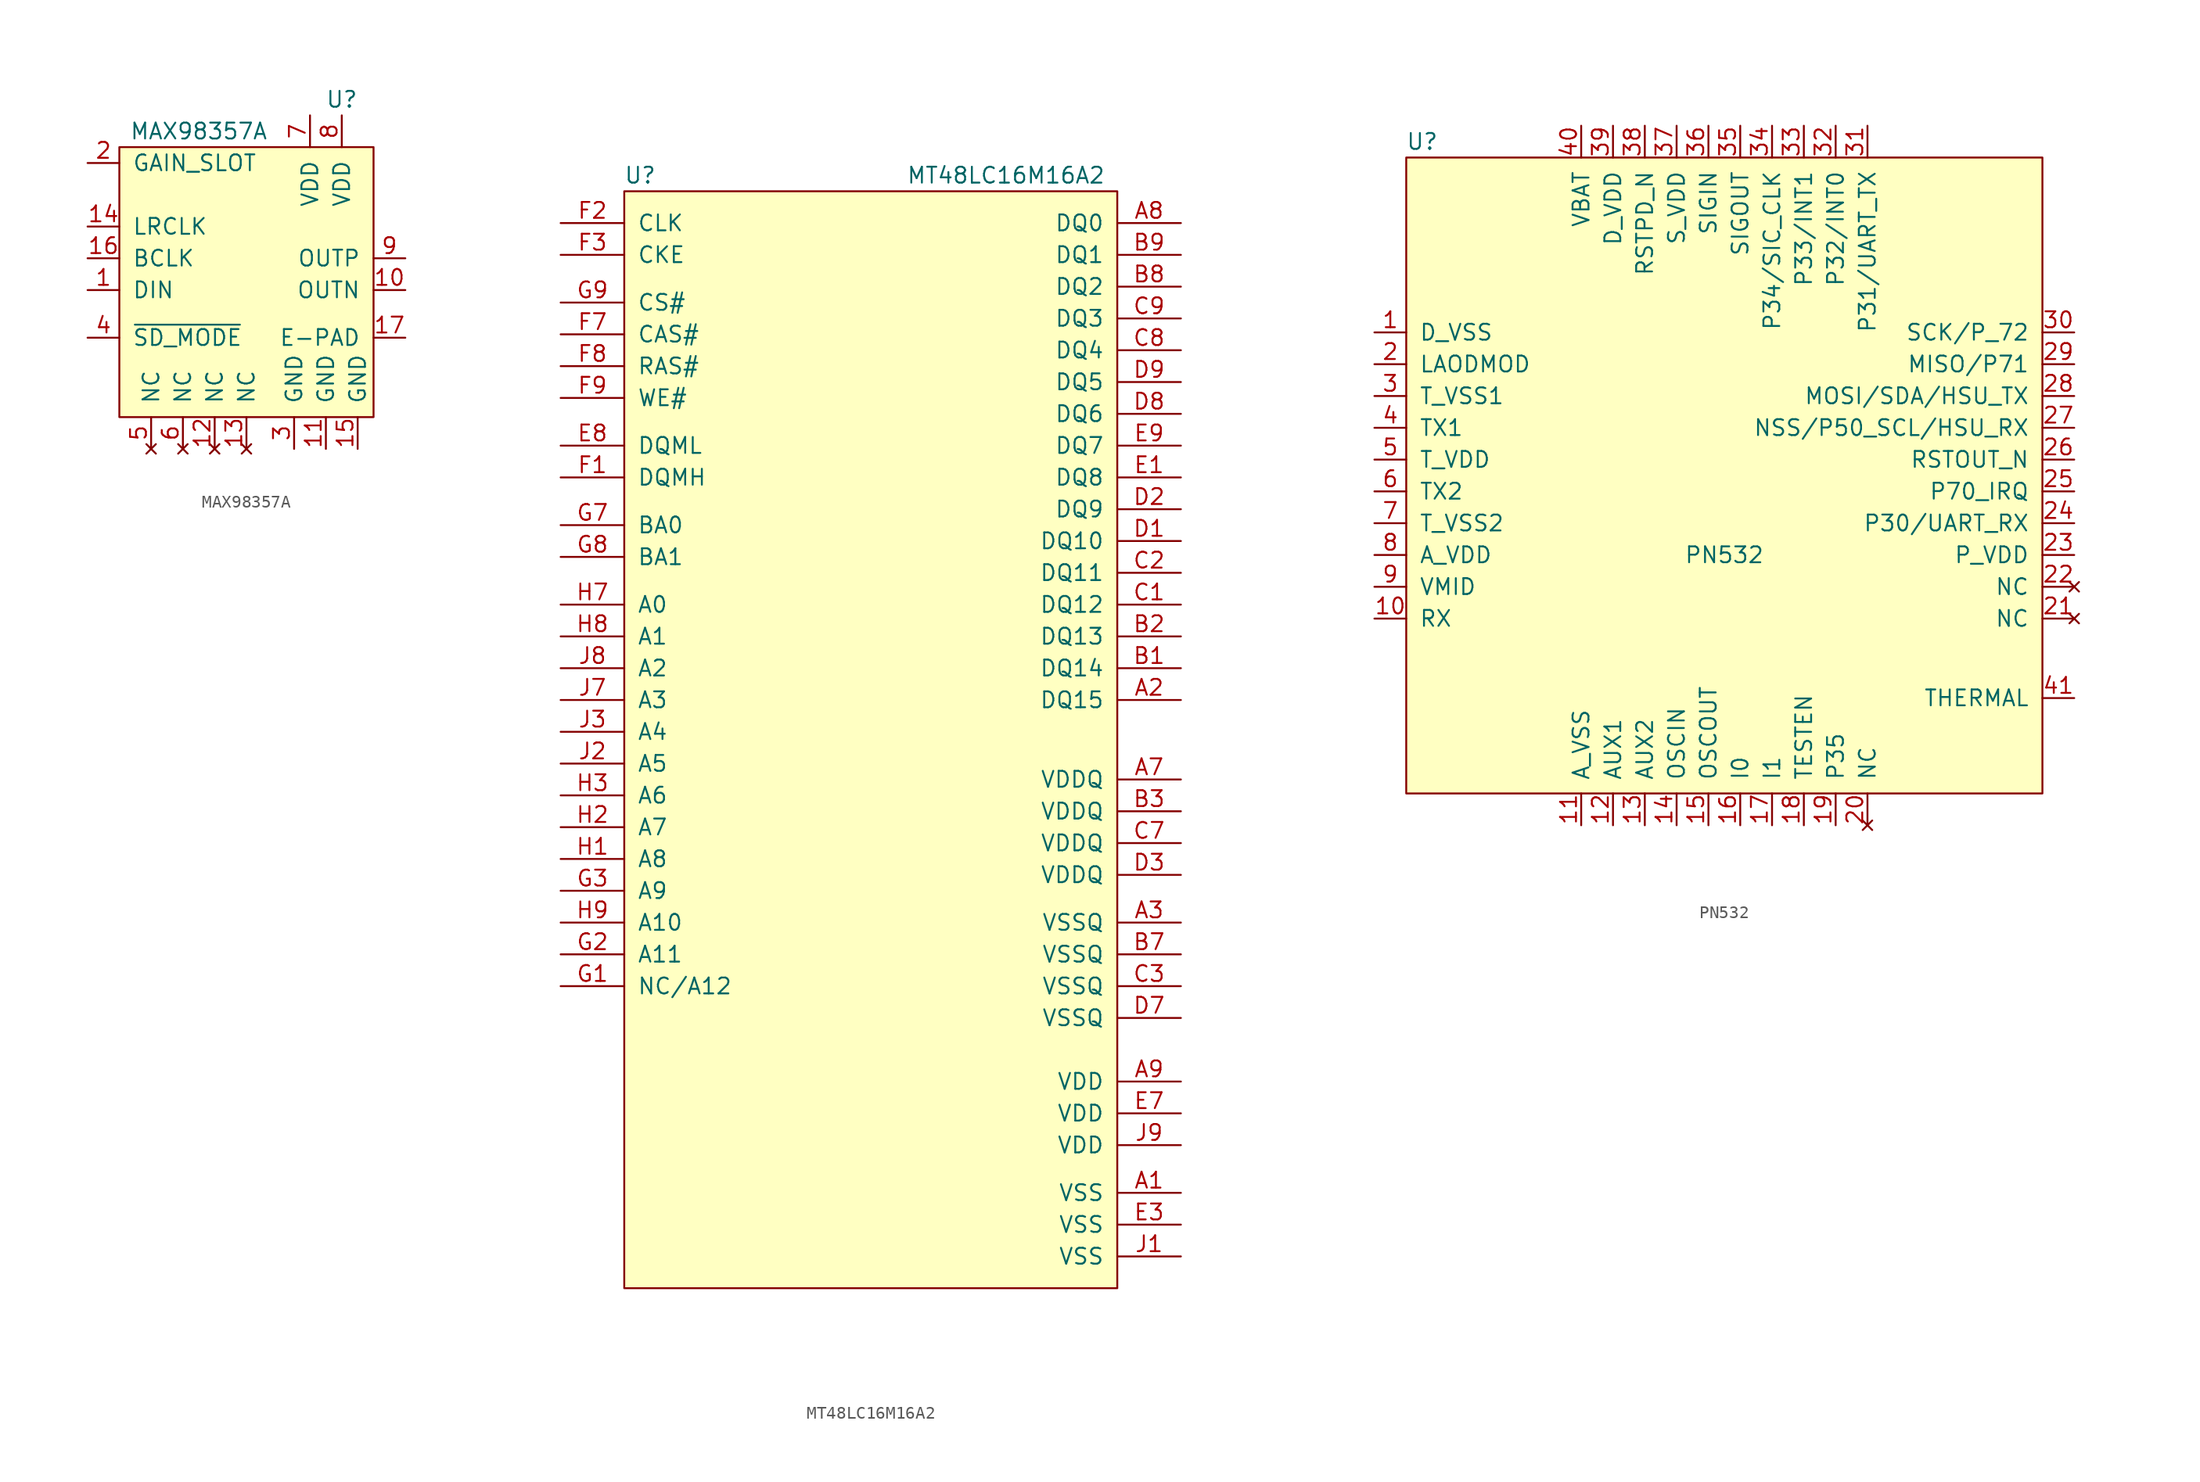
<source format=kicad_sym>
(kicad_symbol_lib
  (version 20211014)
  (generator kicad_symbol_editor)
  (symbol "MAX98357A"
    (pin_names
      (offset 1.016))
    (property "Reference" "U"
      (at 7.62 13.97 0)
      (effects (font (size 1.27 1.27))))
    (property "Value" "MAX98357A"
      (at -3.81 11.43 0)
      (effects (font (size 1.27 1.27))))
    (symbol "MAX98357A_0_1"
      (rectangle (start -10.16 10.16) (end 10.16 -11.43) (stroke (width 0) (type default) (color 0 0 0 0)) (fill (type background))))
    (symbol "MAX98357A_1_1"
      (pin input line (at -12.7 -1.27 0) (length 2.54) (name "DIN" (effects (font (size 1.27 1.27)))) (number "1" (effects (font (size 1.27 1.27)))))
      (pin output line (at 12.7 -1.27 180) (length 2.54) (name "OUTN" (effects (font (size 1.27 1.27)))) (number "10" (effects (font (size 1.27 1.27)))))
      (pin power_in line (at 6.35 -13.97 90) (length 2.54) (name "GND" (effects (font (size 1.27 1.27)))) (number "11" (effects (font (size 1.27 1.27)))))
      (pin no_connect line (at -2.54 -13.97 90) (length 2.54) (name "NC" (effects (font (size 1.27 1.27)))) (number "12" (effects (font (size 1.27 1.27)))))
      (pin no_connect line (at 0 -13.97 90) (length 2.54) (name "NC" (effects (font (size 1.27 1.27)))) (number "13" (effects (font (size 1.27 1.27)))))
      (pin input line (at -12.7 3.81 0) (length 2.54) (name "LRCLK" (effects (font (size 1.27 1.27)))) (number "14" (effects (font (size 1.27 1.27)))))
      (pin power_in line (at 8.89 -13.97 90) (length 2.54) (name "GND" (effects (font (size 1.27 1.27)))) (number "15" (effects (font (size 1.27 1.27)))))
      (pin input line (at -12.7 1.27 0) (length 2.54) (name "BCLK" (effects (font (size 1.27 1.27)))) (number "16" (effects (font (size 1.27 1.27)))))
      (pin passive line (at 12.7 -5.08 180) (length 2.54) (name "E-PAD" (effects (font (size 1.27 1.27)))) (number "17" (effects (font (size 1.27 1.27)))))
      (pin input line (at -12.7 8.89 0) (length 2.54) (name "GAIN_SLOT" (effects (font (size 1.27 1.27)))) (number "2" (effects (font (size 1.27 1.27)))))
      (pin power_in line (at 3.81 -13.97 90) (length 2.54) (name "GND" (effects (font (size 1.27 1.27)))) (number "3" (effects (font (size 1.27 1.27)))))
      (pin power_in line (at -12.7 -5.08 0) (length 2.54) (name "~{SD_MODE}" (effects (font (size 1.27 1.27)))) (number "4" (effects (font (size 1.27 1.27)))))
      (pin no_connect line (at -7.62 -13.97 90) (length 2.54) (name "NC" (effects (font (size 1.27 1.27)))) (number "5" (effects (font (size 1.27 1.27)))))
      (pin no_connect line (at -5.08 -13.97 90) (length 2.54) (name "NC" (effects (font (size 1.27 1.27)))) (number "6" (effects (font (size 1.27 1.27)))))
      (pin power_in line (at 5.08 12.7 270) (length 2.54) (name "VDD" (effects (font (size 1.27 1.27)))) (number "7" (effects (font (size 1.27 1.27)))))
      (pin power_in line (at 7.62 12.7 270) (length 2.54) (name "VDD" (effects (font (size 1.27 1.27)))) (number "8" (effects (font (size 1.27 1.27)))))
      (pin output line (at 12.7 1.27 180) (length 2.54) (name "OUTP" (effects (font (size 1.27 1.27)))) (number "9" (effects (font (size 1.27 1.27)))))))
  (symbol "MT48LC16M16A2"
    (pin_names
      (offset 1.016))
    (property "Reference" "U"
      (at -19.05 45.72 0)
      (effects (font (size 1.27 1.27))))
    (property "Value" "MT48LC16M16A2"
      (at 10.16 45.72 0)
      (effects (font (size 1.27 1.27))))
    (symbol "MT48LC16M16A2_0_1"
      (rectangle (start 19.05 -43.18) (end -20.32 44.45) (stroke (width 0) (type default) (color 0 0 0 0)) (fill (type background))))
    (symbol "MT48LC16M16A2_1_1"
      (pin power_in line (at 24.13 -35.56 180) (length 5.08) (name "VSS" (effects (font (size 1.27 1.27)))) (number "A1" (effects (font (size 1.27 1.27)))))
      (pin bidirectional line (at 24.13 3.81 180) (length 5.08) (name "DQ15" (effects (font (size 1.27 1.27)))) (number "A2" (effects (font (size 1.27 1.27)))))
      (pin power_in line (at 24.13 -13.97 180) (length 5.08) (name "VSSQ" (effects (font (size 1.27 1.27)))) (number "A3" (effects (font (size 1.27 1.27)))))
      (pin power_in line (at 24.13 -2.54 180) (length 5.08) (name "VDDQ" (effects (font (size 1.27 1.27)))) (number "A7" (effects (font (size 1.27 1.27)))))
      (pin bidirectional line (at 24.13 41.91 180) (length 5.08) (name "DQ0" (effects (font (size 1.27 1.27)))) (number "A8" (effects (font (size 1.27 1.27)))))
      (pin power_in line (at 24.13 -26.67 180) (length 5.08) (name "VDD" (effects (font (size 1.27 1.27)))) (number "A9" (effects (font (size 1.27 1.27)))))
      (pin bidirectional line (at 24.13 6.35 180) (length 5.08) (name "DQ14" (effects (font (size 1.27 1.27)))) (number "B1" (effects (font (size 1.27 1.27)))))
      (pin bidirectional line (at 24.13 8.89 180) (length 5.08) (name "DQ13" (effects (font (size 1.27 1.27)))) (number "B2" (effects (font (size 1.27 1.27)))))
      (pin power_in line (at 24.13 -5.08 180) (length 5.08) (name "VDDQ" (effects (font (size 1.27 1.27)))) (number "B3" (effects (font (size 1.27 1.27)))))
      (pin power_in line (at 24.13 -16.51 180) (length 5.08) (name "VSSQ" (effects (font (size 1.27 1.27)))) (number "B7" (effects (font (size 1.27 1.27)))))
      (pin bidirectional line (at 24.13 36.83 180) (length 5.08) (name "DQ2" (effects (font (size 1.27 1.27)))) (number "B8" (effects (font (size 1.27 1.27)))))
      (pin bidirectional line (at 24.13 39.37 180) (length 5.08) (name "DQ1" (effects (font (size 1.27 1.27)))) (number "B9" (effects (font (size 1.27 1.27)))))
      (pin bidirectional line (at 24.13 11.43 180) (length 5.08) (name "DQ12" (effects (font (size 1.27 1.27)))) (number "C1" (effects (font (size 1.27 1.27)))))
      (pin bidirectional line (at 24.13 13.97 180) (length 5.08) (name "DQ11" (effects (font (size 1.27 1.27)))) (number "C2" (effects (font (size 1.27 1.27)))))
      (pin power_in line (at 24.13 -19.05 180) (length 5.08) (name "VSSQ" (effects (font (size 1.27 1.27)))) (number "C3" (effects (font (size 1.27 1.27)))))
      (pin power_in line (at 24.13 -7.62 180) (length 5.08) (name "VDDQ" (effects (font (size 1.27 1.27)))) (number "C7" (effects (font (size 1.27 1.27)))))
      (pin bidirectional line (at 24.13 31.75 180) (length 5.08) (name "DQ4" (effects (font (size 1.27 1.27)))) (number "C8" (effects (font (size 1.27 1.27)))))
      (pin bidirectional line (at 24.13 34.29 180) (length 5.08) (name "DQ3" (effects (font (size 1.27 1.27)))) (number "C9" (effects (font (size 1.27 1.27)))))
      (pin bidirectional line (at 24.13 16.51 180) (length 5.08) (name "DQ10" (effects (font (size 1.27 1.27)))) (number "D1" (effects (font (size 1.27 1.27)))))
      (pin bidirectional line (at 24.13 19.05 180) (length 5.08) (name "DQ9" (effects (font (size 1.27 1.27)))) (number "D2" (effects (font (size 1.27 1.27)))))
      (pin power_in line (at 24.13 -10.16 180) (length 5.08) (name "VDDQ" (effects (font (size 1.27 1.27)))) (number "D3" (effects (font (size 1.27 1.27)))))
      (pin power_in line (at 24.13 -21.59 180) (length 5.08) (name "VSSQ" (effects (font (size 1.27 1.27)))) (number "D7" (effects (font (size 1.27 1.27)))))
      (pin bidirectional line (at 24.13 26.67 180) (length 5.08) (name "DQ6" (effects (font (size 1.27 1.27)))) (number "D8" (effects (font (size 1.27 1.27)))))
      (pin bidirectional line (at 24.13 29.21 180) (length 5.08) (name "DQ5" (effects (font (size 1.27 1.27)))) (number "D9" (effects (font (size 1.27 1.27)))))
      (pin bidirectional line (at 24.13 21.59 180) (length 5.08) (name "DQ8" (effects (font (size 1.27 1.27)))) (number "E1" (effects (font (size 1.27 1.27)))))
      (pin power_in line (at 24.13 -38.1 180) (length 5.08) (name "VSS" (effects (font (size 1.27 1.27)))) (number "E3" (effects (font (size 1.27 1.27)))))
      (pin power_in line (at 24.13 -29.21 180) (length 5.08) (name "VDD" (effects (font (size 1.27 1.27)))) (number "E7" (effects (font (size 1.27 1.27)))))
      (pin input line (at -25.4 24.13 0) (length 5.08) (name "DQML" (effects (font (size 1.27 1.27)))) (number "E8" (effects (font (size 1.27 1.27)))))
      (pin bidirectional line (at 24.13 24.13 180) (length 5.08) (name "DQ7" (effects (font (size 1.27 1.27)))) (number "E9" (effects (font (size 1.27 1.27)))))
      (pin input line (at -25.4 21.59 0) (length 5.08) (name "DQMH" (effects (font (size 1.27 1.27)))) (number "F1" (effects (font (size 1.27 1.27)))))
      (pin input line (at -25.4 41.91 0) (length 5.08) (name "CLK" (effects (font (size 1.27 1.27)))) (number "F2" (effects (font (size 1.27 1.27)))))
      (pin input line (at -25.4 39.37 0) (length 5.08) (name "CKE" (effects (font (size 1.27 1.27)))) (number "F3" (effects (font (size 1.27 1.27)))))
      (pin input line (at -25.4 33.02 0) (length 5.08) (name "CAS#" (effects (font (size 1.27 1.27)))) (number "F7" (effects (font (size 1.27 1.27)))))
      (pin input line (at -25.4 30.48 0) (length 5.08) (name "RAS#" (effects (font (size 1.27 1.27)))) (number "F8" (effects (font (size 1.27 1.27)))))
      (pin input line (at -25.4 27.94 0) (length 5.08) (name "WE#" (effects (font (size 1.27 1.27)))) (number "F9" (effects (font (size 1.27 1.27)))))
      (pin input line (at -25.4 -19.05 0) (length 5.08) (name "NC/A12" (effects (font (size 1.27 1.27)))) (number "G1" (effects (font (size 1.27 1.27)))))
      (pin input line (at -25.4 -16.51 0) (length 5.08) (name "A11" (effects (font (size 1.27 1.27)))) (number "G2" (effects (font (size 1.27 1.27)))))
      (pin input line (at -25.4 -11.43 0) (length 5.08) (name "A9" (effects (font (size 1.27 1.27)))) (number "G3" (effects (font (size 1.27 1.27)))))
      (pin input line (at -25.4 17.78 0) (length 5.08) (name "BA0" (effects (font (size 1.27 1.27)))) (number "G7" (effects (font (size 1.27 1.27)))))
      (pin input line (at -25.4 15.24 0) (length 5.08) (name "BA1" (effects (font (size 1.27 1.27)))) (number "G8" (effects (font (size 1.27 1.27)))))
      (pin input line (at -25.4 35.56 0) (length 5.08) (name "CS#" (effects (font (size 1.27 1.27)))) (number "G9" (effects (font (size 1.27 1.27)))))
      (pin input line (at -25.4 -8.89 0) (length 5.08) (name "A8" (effects (font (size 1.27 1.27)))) (number "H1" (effects (font (size 1.27 1.27)))))
      (pin input line (at -25.4 -6.35 0) (length 5.08) (name "A7" (effects (font (size 1.27 1.27)))) (number "H2" (effects (font (size 1.27 1.27)))))
      (pin input line (at -25.4 -3.81 0) (length 5.08) (name "A6" (effects (font (size 1.27 1.27)))) (number "H3" (effects (font (size 1.27 1.27)))))
      (pin input line (at -25.4 11.43 0) (length 5.08) (name "A0" (effects (font (size 1.27 1.27)))) (number "H7" (effects (font (size 1.27 1.27)))))
      (pin input line (at -25.4 8.89 0) (length 5.08) (name "A1" (effects (font (size 1.27 1.27)))) (number "H8" (effects (font (size 1.27 1.27)))))
      (pin input line (at -25.4 -13.97 0) (length 5.08) (name "A10" (effects (font (size 1.27 1.27)))) (number "H9" (effects (font (size 1.27 1.27)))))
      (pin power_in line (at 24.13 -40.64 180) (length 5.08) (name "VSS" (effects (font (size 1.27 1.27)))) (number "J1" (effects (font (size 1.27 1.27)))))
      (pin input line (at -25.4 -1.27 0) (length 5.08) (name "A5" (effects (font (size 1.27 1.27)))) (number "J2" (effects (font (size 1.27 1.27)))))
      (pin input line (at -25.4 1.27 0) (length 5.08) (name "A4" (effects (font (size 1.27 1.27)))) (number "J3" (effects (font (size 1.27 1.27)))))
      (pin input line (at -25.4 3.81 0) (length 5.08) (name "A3" (effects (font (size 1.27 1.27)))) (number "J7" (effects (font (size 1.27 1.27)))))
      (pin input line (at -25.4 6.35 0) (length 5.08) (name "A2" (effects (font (size 1.27 1.27)))) (number "J8" (effects (font (size 1.27 1.27)))))
      (pin power_in line (at 24.13 -31.75 180) (length 5.08) (name "VDD" (effects (font (size 1.27 1.27)))) (number "J9" (effects (font (size 1.27 1.27)))))))
  (symbol "PN532"
    (pin_names
      (offset 1.016))
    (property "Reference" "U"
      (at -24.13 26.67 0)
      (effects (font (size 1.27 1.27))))
    (property "Value" "PN532"
      (at 0 -6.35 0)
      (effects (font (size 1.27 1.27))))
    (symbol "PN532_0_1"
      (rectangle (start 25.4 -25.4) (end -25.4 25.4) (stroke (width 0) (type default) (color 0 0 0 0)) (fill (type background))))
    (symbol "PN532_1_1"
      (pin power_in line (at -27.94 11.43 0) (length 2.54) (name "D_VSS" (effects (font (size 1.27 1.27)))) (number "1" (effects (font (size 1.27 1.27)))))
      (pin input line (at -27.94 -11.43 0) (length 2.54) (name "RX" (effects (font (size 1.27 1.27)))) (number "10" (effects (font (size 1.27 1.27)))))
      (pin power_in line (at -11.43 -27.94 90) (length 2.54) (name "A_VSS" (effects (font (size 1.27 1.27)))) (number "11" (effects (font (size 1.27 1.27)))))
      (pin output line (at -8.89 -27.94 90) (length 2.54) (name "AUX1" (effects (font (size 1.27 1.27)))) (number "12" (effects (font (size 1.27 1.27)))))
      (pin output line (at -6.35 -27.94 90) (length 2.54) (name "AUX2" (effects (font (size 1.27 1.27)))) (number "13" (effects (font (size 1.27 1.27)))))
      (pin input line (at -3.81 -27.94 90) (length 2.54) (name "OSCIN" (effects (font (size 1.27 1.27)))) (number "14" (effects (font (size 1.27 1.27)))))
      (pin output line (at -1.27 -27.94 90) (length 2.54) (name "OSCOUT" (effects (font (size 1.27 1.27)))) (number "15" (effects (font (size 1.27 1.27)))))
      (pin input line (at 1.27 -27.94 90) (length 2.54) (name "I0" (effects (font (size 1.27 1.27)))) (number "16" (effects (font (size 1.27 1.27)))))
      (pin input line (at 3.81 -27.94 90) (length 2.54) (name "I1" (effects (font (size 1.27 1.27)))) (number "17" (effects (font (size 1.27 1.27)))))
      (pin input line (at 6.35 -27.94 90) (length 2.54) (name "TESTEN" (effects (font (size 1.27 1.27)))) (number "18" (effects (font (size 1.27 1.27)))))
      (pin bidirectional line (at 8.89 -27.94 90) (length 2.54) (name "P35" (effects (font (size 1.27 1.27)))) (number "19" (effects (font (size 1.27 1.27)))))
      (pin output line (at -27.94 8.89 0) (length 2.54) (name "LAODMOD" (effects (font (size 1.27 1.27)))) (number "2" (effects (font (size 1.27 1.27)))))
      (pin no_connect line (at 11.43 -27.94 90) (length 2.54) (name "NC" (effects (font (size 1.27 1.27)))) (number "20" (effects (font (size 1.27 1.27)))))
      (pin no_connect line (at 27.94 -11.43 180) (length 2.54) (name "NC" (effects (font (size 1.27 1.27)))) (number "21" (effects (font (size 1.27 1.27)))))
      (pin no_connect line (at 27.94 -8.89 180) (length 2.54) (name "NC" (effects (font (size 1.27 1.27)))) (number "22" (effects (font (size 1.27 1.27)))))
      (pin power_in line (at 27.94 -6.35 180) (length 2.54) (name "P_VDD" (effects (font (size 1.27 1.27)))) (number "23" (effects (font (size 1.27 1.27)))))
      (pin bidirectional line (at 27.94 -3.81 180) (length 2.54) (name "P30/UART_RX" (effects (font (size 1.27 1.27)))) (number "24" (effects (font (size 1.27 1.27)))))
      (pin bidirectional line (at 27.94 -1.27 180) (length 2.54) (name "P70_IRQ" (effects (font (size 1.27 1.27)))) (number "25" (effects (font (size 1.27 1.27)))))
      (pin output line (at 27.94 1.27 180) (length 2.54) (name "RSTOUT_N" (effects (font (size 1.27 1.27)))) (number "26" (effects (font (size 1.27 1.27)))))
      (pin bidirectional line (at 27.94 3.81 180) (length 2.54) (name "NSS/P50_SCL/HSU_RX" (effects (font (size 1.27 1.27)))) (number "27" (effects (font (size 1.27 1.27)))))
      (pin bidirectional line (at 27.94 6.35 180) (length 2.54) (name "MOSI/SDA/HSU_TX" (effects (font (size 1.27 1.27)))) (number "28" (effects (font (size 1.27 1.27)))))
      (pin bidirectional line (at 27.94 8.89 180) (length 2.54) (name "MISO/P71" (effects (font (size 1.27 1.27)))) (number "29" (effects (font (size 1.27 1.27)))))
      (pin power_in line (at -27.94 6.35 0) (length 2.54) (name "T_VSS1" (effects (font (size 1.27 1.27)))) (number "3" (effects (font (size 1.27 1.27)))))
      (pin bidirectional line (at 27.94 11.43 180) (length 2.54) (name "SCK/P_72" (effects (font (size 1.27 1.27)))) (number "30" (effects (font (size 1.27 1.27)))))
      (pin bidirectional line (at 11.43 27.94 270) (length 2.54) (name "P31/UART_TX" (effects (font (size 1.27 1.27)))) (number "31" (effects (font (size 1.27 1.27)))))
      (pin bidirectional line (at 8.89 27.94 270) (length 2.54) (name "P32/INT0" (effects (font (size 1.27 1.27)))) (number "32" (effects (font (size 1.27 1.27)))))
      (pin bidirectional line (at 6.35 27.94 270) (length 2.54) (name "P33/INT1" (effects (font (size 1.27 1.27)))) (number "33" (effects (font (size 1.27 1.27)))))
      (pin bidirectional line (at 3.81 27.94 270) (length 2.54) (name "P34/SIC_CLK" (effects (font (size 1.27 1.27)))) (number "34" (effects (font (size 1.27 1.27)))))
      (pin output line (at 1.27 27.94 270) (length 2.54) (name "SIGOUT" (effects (font (size 1.27 1.27)))) (number "35" (effects (font (size 1.27 1.27)))))
      (pin input line (at -1.27 27.94 270) (length 2.54) (name "SIGIN" (effects (font (size 1.27 1.27)))) (number "36" (effects (font (size 1.27 1.27)))))
      (pin power_out line (at -3.81 27.94 270) (length 2.54) (name "S_VDD" (effects (font (size 1.27 1.27)))) (number "37" (effects (font (size 1.27 1.27)))))
      (pin input line (at -6.35 27.94 270) (length 2.54) (name "RSTPD_N" (effects (font (size 1.27 1.27)))) (number "38" (effects (font (size 1.27 1.27)))))
      (pin power_in line (at -8.89 27.94 270) (length 2.54) (name "D_VDD" (effects (font (size 1.27 1.27)))) (number "39" (effects (font (size 1.27 1.27)))))
      (pin output line (at -27.94 3.81 0) (length 2.54) (name "TX1" (effects (font (size 1.27 1.27)))) (number "4" (effects (font (size 1.27 1.27)))))
      (pin power_in line (at -11.43 27.94 270) (length 2.54) (name "VBAT" (effects (font (size 1.27 1.27)))) (number "40" (effects (font (size 1.27 1.27)))))
      (pin passive line (at 27.94 -17.78 180) (length 2.54) (name "THERMAL" (effects (font (size 1.27 1.27)))) (number "41" (effects (font (size 1.27 1.27)))))
      (pin power_in line (at -27.94 1.27 0) (length 2.54) (name "T_VDD" (effects (font (size 1.27 1.27)))) (number "5" (effects (font (size 1.27 1.27)))))
      (pin output line (at -27.94 -1.27 0) (length 2.54) (name "TX2" (effects (font (size 1.27 1.27)))) (number "6" (effects (font (size 1.27 1.27)))))
      (pin power_in line (at -27.94 -3.81 0) (length 2.54) (name "T_VSS2" (effects (font (size 1.27 1.27)))) (number "7" (effects (font (size 1.27 1.27)))))
      (pin power_in line (at -27.94 -6.35 0) (length 2.54) (name "A_VDD" (effects (font (size 1.27 1.27)))) (number "8" (effects (font (size 1.27 1.27)))))
      (pin output line (at -27.94 -8.89 0) (length 2.54) (name "VMID" (effects (font (size 1.27 1.27)))) (number "9" (effects (font (size 1.27 1.27))))))))
</source>
